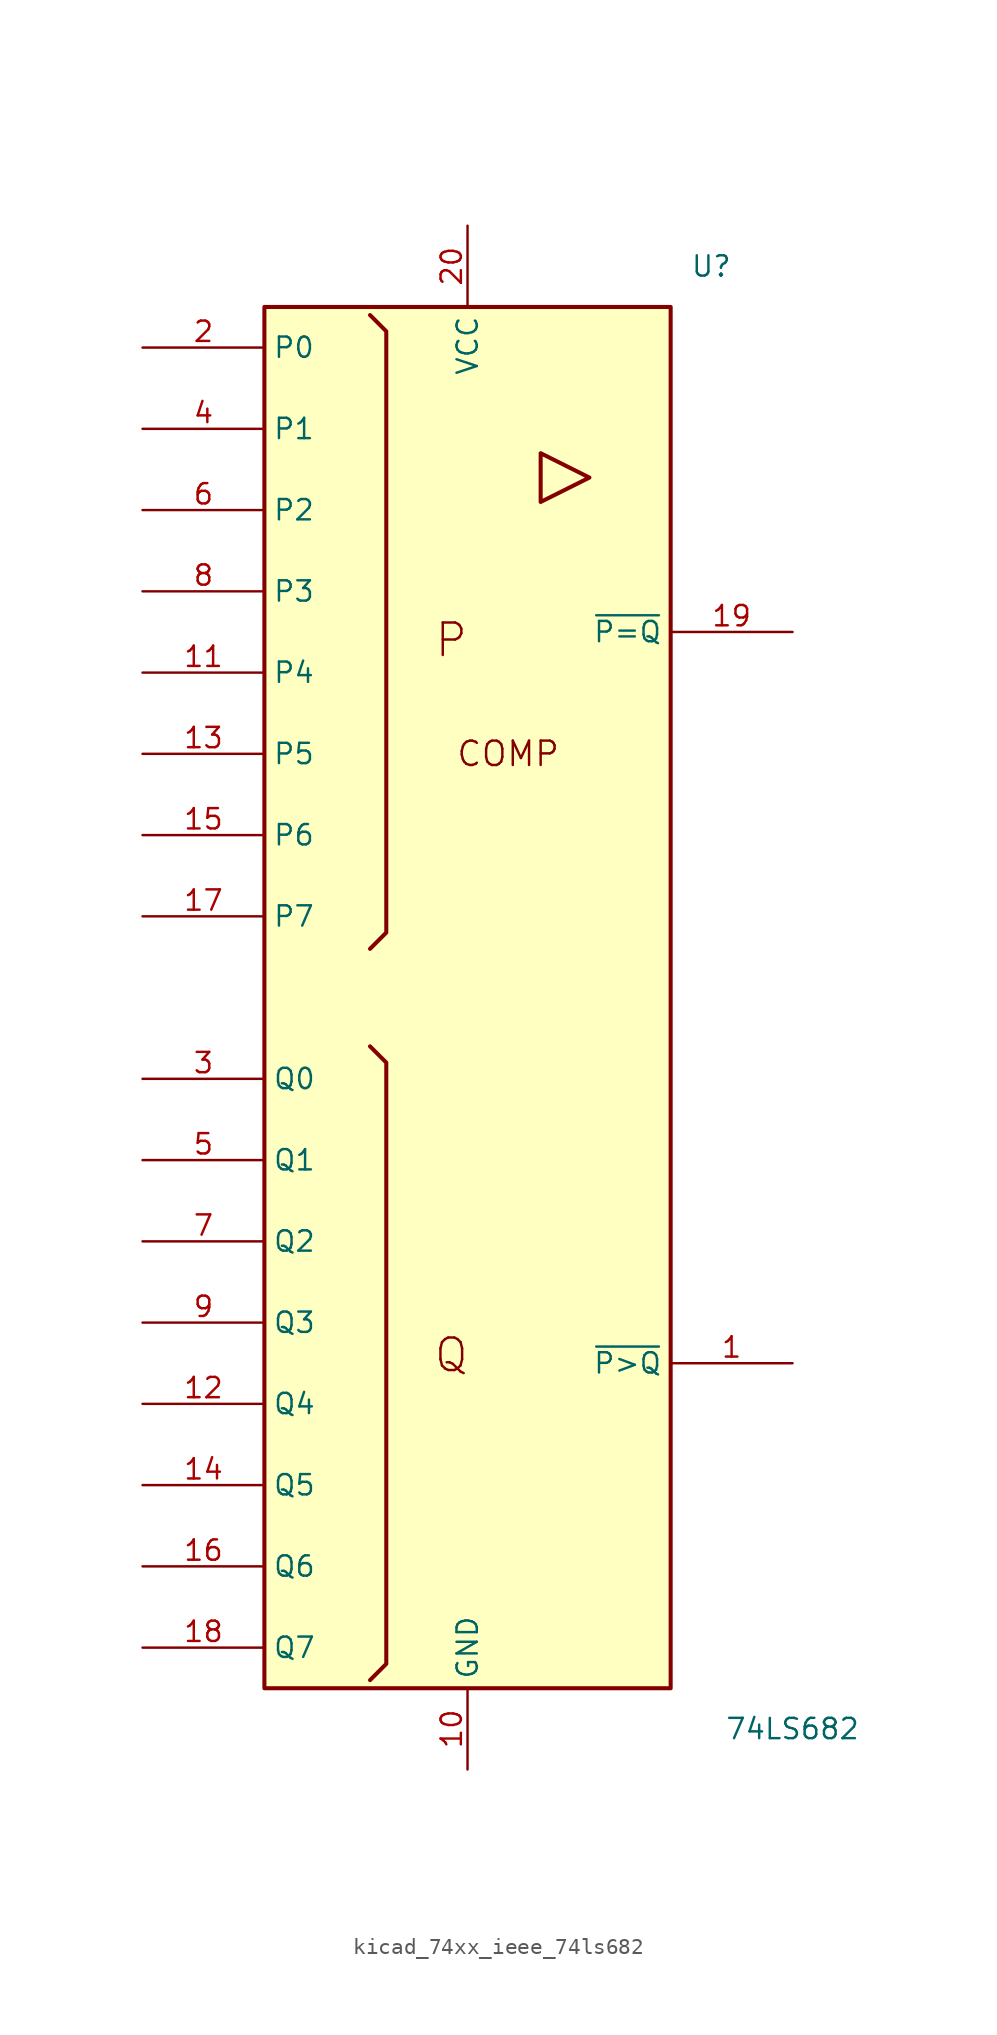
<source format=kicad_sym>
(kicad_symbol_lib
  (version 20220914)
  (generator kicad_symbol_editor)
  (symbol "kicad_74xx_ieee_74ls682"
    (property "Reference" "U"
      (at 15.24 45.72 0)
      (effects (font (size 1.27 1.27))))
    (property "Value" "74LS682"
      (at 20.32 -45.72 0)
      (effects (font (size 1.27 1.27))))
    (symbol "kicad_74xx_ieee_74ls682_0_0"
      (polyline (pts (xy 4.572 34.036) (xy 4.572 30.988) (xy 7.62 32.512) (xy 4.572 34.036) (xy 4.572 34.036)) (stroke (width 0.254) (type default)) (fill (type background)))
      (text "COMP" (at 2.54 15.24 0) (effects (font (size 1.524 1.524))))
      (text "P" (at -1.016 22.352 0) (effects (font (size 2.032 2.032))))
      (text "Q" (at -1.016 -22.352 0) (effects (font (size 2.032 2.032)))))
    (symbol "kicad_74xx_ieee_74ls682_0_1"
      (rectangle (start -12.7 43.18) (end 12.7 -43.18) (stroke (width 0.254) (type default)) (fill (type background)))
      (polyline (pts (xy -6.096 -3.048) (xy -5.08 -4.064) (xy -5.08 -41.656) (xy -6.096 -42.672) (xy -6.096 -42.672)) (stroke (width 0.254) (type default)) (fill (type background)))
      (polyline (pts (xy -6.096 42.672) (xy -5.08 41.656) (xy -5.08 4.064) (xy -6.096 3.048) (xy -6.096 3.048)) (stroke (width 0.254) (type default)) (fill (type background)))
      (pin power_in line (at 0 -48.26 90) (length 5.08) (name "GND" (effects (font (size 1.27 1.27)))) (number "10" (effects (font (size 1.27 1.27))))))
    (symbol "kicad_74xx_ieee_74ls682_1_1"
      (pin output line (at 20.32 -22.86 180) (length 7.62) (name "~{P>Q}" (effects (font (size 1.27 1.27)))) (number "1" (effects (font (size 1.27 1.27)))))
      (pin input line (at -20.32 20.32 0) (length 7.62) (name "P4" (effects (font (size 1.27 1.27)))) (number "11" (effects (font (size 1.27 1.27)))))
      (pin input line (at -20.32 -25.4 0) (length 7.62) (name "Q4" (effects (font (size 1.27 1.27)))) (number "12" (effects (font (size 1.27 1.27)))))
      (pin input line (at -20.32 15.24 0) (length 7.62) (name "P5" (effects (font (size 1.27 1.27)))) (number "13" (effects (font (size 1.27 1.27)))))
      (pin input line (at -20.32 -30.48 0) (length 7.62) (name "Q5" (effects (font (size 1.27 1.27)))) (number "14" (effects (font (size 1.27 1.27)))))
      (pin input line (at -20.32 10.16 0) (length 7.62) (name "P6" (effects (font (size 1.27 1.27)))) (number "15" (effects (font (size 1.27 1.27)))))
      (pin input line (at -20.32 -35.56 0) (length 7.62) (name "Q6" (effects (font (size 1.27 1.27)))) (number "16" (effects (font (size 1.27 1.27)))))
      (pin input line (at -20.32 5.08 0) (length 7.62) (name "P7" (effects (font (size 1.27 1.27)))) (number "17" (effects (font (size 1.27 1.27)))))
      (pin input line (at -20.32 -40.64 0) (length 7.62) (name "Q7" (effects (font (size 1.27 1.27)))) (number "18" (effects (font (size 1.27 1.27)))))
      (pin output line (at 20.32 22.86 180) (length 7.62) (name "~{P=Q}" (effects (font (size 1.27 1.27)))) (number "19" (effects (font (size 1.27 1.27)))))
      (pin input line (at -20.32 40.64 0) (length 7.62) (name "P0" (effects (font (size 1.27 1.27)))) (number "2" (effects (font (size 1.27 1.27)))))
      (pin power_in line (at 0 48.26 270) (length 5.08) (name "VCC" (effects (font (size 1.27 1.27)))) (number "20" (effects (font (size 1.27 1.27)))))
      (pin input line (at -20.32 -5.08 0) (length 7.62) (name "Q0" (effects (font (size 1.27 1.27)))) (number "3" (effects (font (size 1.27 1.27)))))
      (pin input line (at -20.32 35.56 0) (length 7.62) (name "P1" (effects (font (size 1.27 1.27)))) (number "4" (effects (font (size 1.27 1.27)))))
      (pin input line (at -20.32 -10.16 0) (length 7.62) (name "Q1" (effects (font (size 1.27 1.27)))) (number "5" (effects (font (size 1.27 1.27)))))
      (pin input line (at -20.32 30.48 0) (length 7.62) (name "P2" (effects (font (size 1.27 1.27)))) (number "6" (effects (font (size 1.27 1.27)))))
      (pin input line (at -20.32 -15.24 0) (length 7.62) (name "Q2" (effects (font (size 1.27 1.27)))) (number "7" (effects (font (size 1.27 1.27)))))
      (pin input line (at -20.32 25.4 0) (length 7.62) (name "P3" (effects (font (size 1.27 1.27)))) (number "8" (effects (font (size 1.27 1.27)))))
      (pin input line (at -20.32 -20.32 0) (length 7.62) (name "Q3" (effects (font (size 1.27 1.27)))) (number "9" (effects (font (size 1.27 1.27))))))))
</source>
